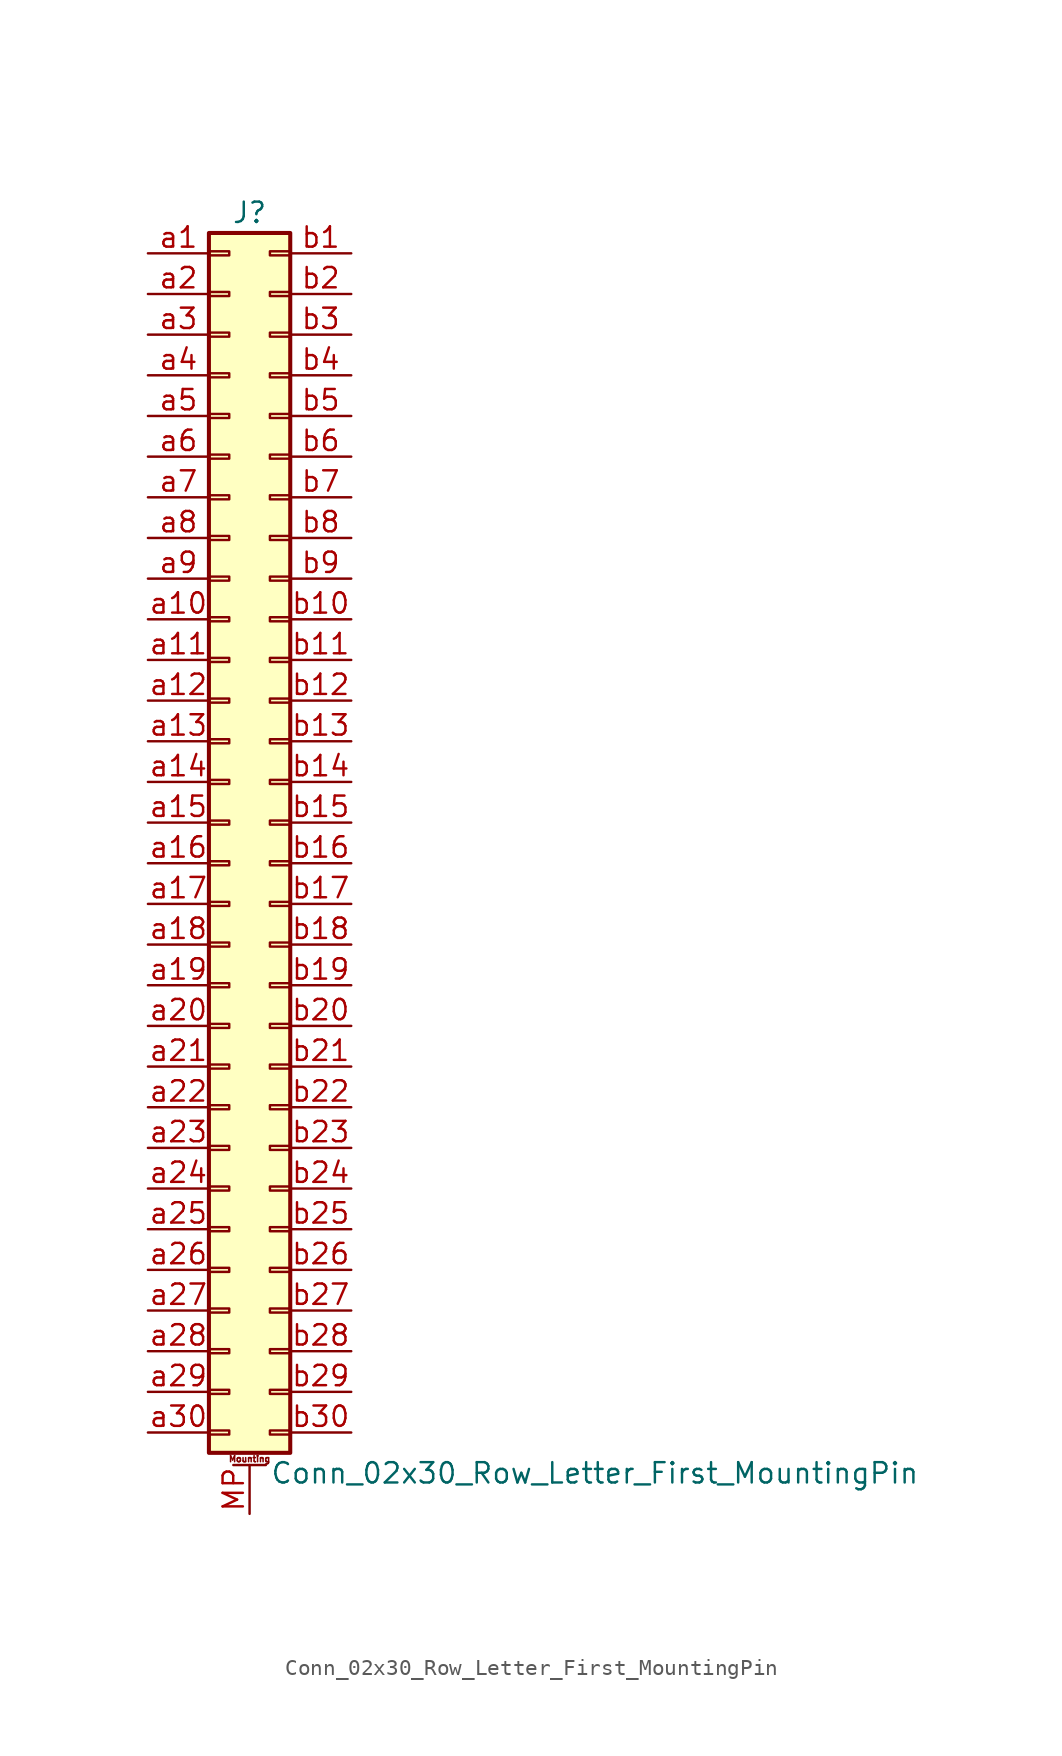
<source format=kicad_sym>
(kicad_symbol_lib
  (version 20201005)
  (generator kicad_symbol_editor)
  (symbol "Conn_02x30_Row_Letter_First_MountingPin"
    (pin_names
      (offset 1.016) hide)
    (property "Reference" "J"
      (at 1.27 38.1 0)
      (effects (font (size 1.27 1.27))))
    (property "Value" "Conn_02x30_Row_Letter_First_MountingPin"
      (at 2.54 -40.64 0)
      (effects (font (size 1.27 1.27)) (justify left)))
    (symbol "Conn_02x30_Row_Letter_First_MountingPin_1_1"
      (text "Mounting" (at 1.27 -39.751 0) (effects (font (size 0.381 0.381))))
      (rectangle (start -1.27 -37.973) (end 0 -38.227) (stroke (width 0.152)) (fill (type none)))
      (rectangle (start -1.27 -35.433) (end 0 -35.687) (stroke (width 0.152)) (fill (type none)))
      (rectangle (start -1.27 -32.893) (end 0 -33.147) (stroke (width 0.152)) (fill (type none)))
      (rectangle (start -1.27 -30.353) (end 0 -30.607) (stroke (width 0.152)) (fill (type none)))
      (rectangle (start -1.27 -27.813) (end 0 -28.067) (stroke (width 0.152)) (fill (type none)))
      (rectangle (start -1.27 -25.273) (end 0 -25.527) (stroke (width 0.152)) (fill (type none)))
      (rectangle (start -1.27 -22.733) (end 0 -22.987) (stroke (width 0.152)) (fill (type none)))
      (rectangle (start -1.27 -20.193) (end 0 -20.447) (stroke (width 0.152)) (fill (type none)))
      (rectangle (start -1.27 -17.653) (end 0 -17.907) (stroke (width 0.152)) (fill (type none)))
      (rectangle (start -1.27 -15.113) (end 0 -15.367) (stroke (width 0.152)) (fill (type none)))
      (rectangle (start -1.27 -12.573) (end 0 -12.827) (stroke (width 0.152)) (fill (type none)))
      (rectangle (start -1.27 -10.033) (end 0 -10.287) (stroke (width 0.152)) (fill (type none)))
      (rectangle (start -1.27 -7.493) (end 0 -7.747) (stroke (width 0.152)) (fill (type none)))
      (rectangle (start -1.27 -4.953) (end 0 -5.207) (stroke (width 0.152)) (fill (type none)))
      (rectangle (start -1.27 -2.413) (end 0 -2.667) (stroke (width 0.152)) (fill (type none)))
      (rectangle (start -1.27 0.127) (end 0 -0.127) (stroke (width 0.152)) (fill (type none)))
      (rectangle (start -1.27 2.667) (end 0 2.413) (stroke (width 0.152)) (fill (type none)))
      (rectangle (start -1.27 5.207) (end 0 4.953) (stroke (width 0.152)) (fill (type none)))
      (rectangle (start -1.27 7.747) (end 0 7.493) (stroke (width 0.152)) (fill (type none)))
      (rectangle (start -1.27 10.287) (end 0 10.033) (stroke (width 0.152)) (fill (type none)))
      (rectangle (start -1.27 12.827) (end 0 12.573) (stroke (width 0.152)) (fill (type none)))
      (rectangle (start -1.27 15.367) (end 0 15.113) (stroke (width 0.152)) (fill (type none)))
      (rectangle (start -1.27 17.907) (end 0 17.653) (stroke (width 0.152)) (fill (type none)))
      (rectangle (start -1.27 20.447) (end 0 20.193) (stroke (width 0.152)) (fill (type none)))
      (rectangle (start -1.27 22.987) (end 0 22.733) (stroke (width 0.152)) (fill (type none)))
      (rectangle (start -1.27 25.527) (end 0 25.273) (stroke (width 0.152)) (fill (type none)))
      (rectangle (start -1.27 28.067) (end 0 27.813) (stroke (width 0.152)) (fill (type none)))
      (rectangle (start -1.27 30.607) (end 0 30.353) (stroke (width 0.152)) (fill (type none)))
      (rectangle (start -1.27 33.147) (end 0 32.893) (stroke (width 0.152)) (fill (type none)))
      (rectangle (start -1.27 35.687) (end 0 35.433) (stroke (width 0.152)) (fill (type none)))
      (rectangle (start 3.81 -37.973) (end 2.54 -38.227) (stroke (width 0.152)) (fill (type none)))
      (rectangle (start 3.81 -35.433) (end 2.54 -35.687) (stroke (width 0.152)) (fill (type none)))
      (rectangle (start 3.81 -32.893) (end 2.54 -33.147) (stroke (width 0.152)) (fill (type none)))
      (rectangle (start 3.81 -30.353) (end 2.54 -30.607) (stroke (width 0.152)) (fill (type none)))
      (rectangle (start 3.81 -27.813) (end 2.54 -28.067) (stroke (width 0.152)) (fill (type none)))
      (rectangle (start 3.81 -25.273) (end 2.54 -25.527) (stroke (width 0.152)) (fill (type none)))
      (rectangle (start 3.81 -22.733) (end 2.54 -22.987) (stroke (width 0.152)) (fill (type none)))
      (rectangle (start 3.81 -20.193) (end 2.54 -20.447) (stroke (width 0.152)) (fill (type none)))
      (rectangle (start 3.81 -17.653) (end 2.54 -17.907) (stroke (width 0.152)) (fill (type none)))
      (rectangle (start 3.81 -15.113) (end 2.54 -15.367) (stroke (width 0.152)) (fill (type none)))
      (rectangle (start 3.81 -12.573) (end 2.54 -12.827) (stroke (width 0.152)) (fill (type none)))
      (rectangle (start 3.81 -10.033) (end 2.54 -10.287) (stroke (width 0.152)) (fill (type none)))
      (rectangle (start 3.81 -7.493) (end 2.54 -7.747) (stroke (width 0.152)) (fill (type none)))
      (rectangle (start 3.81 -4.953) (end 2.54 -5.207) (stroke (width 0.152)) (fill (type none)))
      (rectangle (start 3.81 -2.413) (end 2.54 -2.667) (stroke (width 0.152)) (fill (type none)))
      (rectangle (start 3.81 0.127) (end 2.54 -0.127) (stroke (width 0.152)) (fill (type none)))
      (rectangle (start 3.81 2.667) (end 2.54 2.413) (stroke (width 0.152)) (fill (type none)))
      (rectangle (start 3.81 5.207) (end 2.54 4.953) (stroke (width 0.152)) (fill (type none)))
      (rectangle (start 3.81 7.747) (end 2.54 7.493) (stroke (width 0.152)) (fill (type none)))
      (rectangle (start 3.81 10.287) (end 2.54 10.033) (stroke (width 0.152)) (fill (type none)))
      (rectangle (start 3.81 12.827) (end 2.54 12.573) (stroke (width 0.152)) (fill (type none)))
      (rectangle (start 3.81 15.367) (end 2.54 15.113) (stroke (width 0.152)) (fill (type none)))
      (rectangle (start 3.81 17.907) (end 2.54 17.653) (stroke (width 0.152)) (fill (type none)))
      (rectangle (start 3.81 20.447) (end 2.54 20.193) (stroke (width 0.152)) (fill (type none)))
      (rectangle (start 3.81 22.987) (end 2.54 22.733) (stroke (width 0.152)) (fill (type none)))
      (rectangle (start 3.81 25.527) (end 2.54 25.273) (stroke (width 0.152)) (fill (type none)))
      (rectangle (start 3.81 28.067) (end 2.54 27.813) (stroke (width 0.152)) (fill (type none)))
      (rectangle (start 3.81 30.607) (end 2.54 30.353) (stroke (width 0.152)) (fill (type none)))
      (rectangle (start 3.81 33.147) (end 2.54 32.893) (stroke (width 0.152)) (fill (type none)))
      (rectangle (start 3.81 35.687) (end 2.54 35.433) (stroke (width 0.152)) (fill (type none)))
      (rectangle (start -1.27 36.83) (end 3.81 -39.37) (stroke (width 0.254)) (fill (type background)))
      (polyline (pts (xy 0.254 -40.132) (xy 2.286 -40.132)) (stroke (width 0.152)) (fill (type none)))
      (pin passive line (at 1.27 -43.18 90) (length 3.048) (name "MountPin" (effects (font (size 1.27 1.27)))) (number "MP" (effects (font (size 1.27 1.27)))))
      (pin passive line (at -5.08 35.56 0) (length 3.81) (name "Pin_a1" (effects (font (size 1.27 1.27)))) (number "a1" (effects (font (size 1.27 1.27)))))
      (pin passive line (at -5.08 12.7 0) (length 3.81) (name "Pin_a10" (effects (font (size 1.27 1.27)))) (number "a10" (effects (font (size 1.27 1.27)))))
      (pin passive line (at -5.08 10.16 0) (length 3.81) (name "Pin_a11" (effects (font (size 1.27 1.27)))) (number "a11" (effects (font (size 1.27 1.27)))))
      (pin passive line (at -5.08 7.62 0) (length 3.81) (name "Pin_a12" (effects (font (size 1.27 1.27)))) (number "a12" (effects (font (size 1.27 1.27)))))
      (pin passive line (at -5.08 5.08 0) (length 3.81) (name "Pin_a13" (effects (font (size 1.27 1.27)))) (number "a13" (effects (font (size 1.27 1.27)))))
      (pin passive line (at -5.08 2.54 0) (length 3.81) (name "Pin_a14" (effects (font (size 1.27 1.27)))) (number "a14" (effects (font (size 1.27 1.27)))))
      (pin passive line (at -5.08 0 0) (length 3.81) (name "Pin_a15" (effects (font (size 1.27 1.27)))) (number "a15" (effects (font (size 1.27 1.27)))))
      (pin passive line (at -5.08 -2.54 0) (length 3.81) (name "Pin_a16" (effects (font (size 1.27 1.27)))) (number "a16" (effects (font (size 1.27 1.27)))))
      (pin passive line (at -5.08 -5.08 0) (length 3.81) (name "Pin_a17" (effects (font (size 1.27 1.27)))) (number "a17" (effects (font (size 1.27 1.27)))))
      (pin passive line (at -5.08 -7.62 0) (length 3.81) (name "Pin_a18" (effects (font (size 1.27 1.27)))) (number "a18" (effects (font (size 1.27 1.27)))))
      (pin passive line (at -5.08 -10.16 0) (length 3.81) (name "Pin_a19" (effects (font (size 1.27 1.27)))) (number "a19" (effects (font (size 1.27 1.27)))))
      (pin passive line (at -5.08 33.02 0) (length 3.81) (name "Pin_a2" (effects (font (size 1.27 1.27)))) (number "a2" (effects (font (size 1.27 1.27)))))
      (pin passive line (at -5.08 -12.7 0) (length 3.81) (name "Pin_a20" (effects (font (size 1.27 1.27)))) (number "a20" (effects (font (size 1.27 1.27)))))
      (pin passive line (at -5.08 -15.24 0) (length 3.81) (name "Pin_a21" (effects (font (size 1.27 1.27)))) (number "a21" (effects (font (size 1.27 1.27)))))
      (pin passive line (at -5.08 -17.78 0) (length 3.81) (name "Pin_a22" (effects (font (size 1.27 1.27)))) (number "a22" (effects (font (size 1.27 1.27)))))
      (pin passive line (at -5.08 -20.32 0) (length 3.81) (name "Pin_a23" (effects (font (size 1.27 1.27)))) (number "a23" (effects (font (size 1.27 1.27)))))
      (pin passive line (at -5.08 -22.86 0) (length 3.81) (name "Pin_a24" (effects (font (size 1.27 1.27)))) (number "a24" (effects (font (size 1.27 1.27)))))
      (pin passive line (at -5.08 -25.4 0) (length 3.81) (name "Pin_a25" (effects (font (size 1.27 1.27)))) (number "a25" (effects (font (size 1.27 1.27)))))
      (pin passive line (at -5.08 -27.94 0) (length 3.81) (name "Pin_a26" (effects (font (size 1.27 1.27)))) (number "a26" (effects (font (size 1.27 1.27)))))
      (pin passive line (at -5.08 -30.48 0) (length 3.81) (name "Pin_a27" (effects (font (size 1.27 1.27)))) (number "a27" (effects (font (size 1.27 1.27)))))
      (pin passive line (at -5.08 -33.02 0) (length 3.81) (name "Pin_a28" (effects (font (size 1.27 1.27)))) (number "a28" (effects (font (size 1.27 1.27)))))
      (pin passive line (at -5.08 -35.56 0) (length 3.81) (name "Pin_a29" (effects (font (size 1.27 1.27)))) (number "a29" (effects (font (size 1.27 1.27)))))
      (pin passive line (at -5.08 30.48 0) (length 3.81) (name "Pin_a3" (effects (font (size 1.27 1.27)))) (number "a3" (effects (font (size 1.27 1.27)))))
      (pin passive line (at -5.08 -38.1 0) (length 3.81) (name "Pin_a30" (effects (font (size 1.27 1.27)))) (number "a30" (effects (font (size 1.27 1.27)))))
      (pin passive line (at -5.08 27.94 0) (length 3.81) (name "Pin_a4" (effects (font (size 1.27 1.27)))) (number "a4" (effects (font (size 1.27 1.27)))))
      (pin passive line (at -5.08 25.4 0) (length 3.81) (name "Pin_a5" (effects (font (size 1.27 1.27)))) (number "a5" (effects (font (size 1.27 1.27)))))
      (pin passive line (at -5.08 22.86 0) (length 3.81) (name "Pin_a6" (effects (font (size 1.27 1.27)))) (number "a6" (effects (font (size 1.27 1.27)))))
      (pin passive line (at -5.08 20.32 0) (length 3.81) (name "Pin_a7" (effects (font (size 1.27 1.27)))) (number "a7" (effects (font (size 1.27 1.27)))))
      (pin passive line (at -5.08 17.78 0) (length 3.81) (name "Pin_a8" (effects (font (size 1.27 1.27)))) (number "a8" (effects (font (size 1.27 1.27)))))
      (pin passive line (at -5.08 15.24 0) (length 3.81) (name "Pin_a9" (effects (font (size 1.27 1.27)))) (number "a9" (effects (font (size 1.27 1.27)))))
      (pin passive line (at 7.62 35.56 180) (length 3.81) (name "Pin_b1" (effects (font (size 1.27 1.27)))) (number "b1" (effects (font (size 1.27 1.27)))))
      (pin passive line (at 7.62 12.7 180) (length 3.81) (name "Pin_b10" (effects (font (size 1.27 1.27)))) (number "b10" (effects (font (size 1.27 1.27)))))
      (pin passive line (at 7.62 10.16 180) (length 3.81) (name "Pin_b11" (effects (font (size 1.27 1.27)))) (number "b11" (effects (font (size 1.27 1.27)))))
      (pin passive line (at 7.62 7.62 180) (length 3.81) (name "Pin_b12" (effects (font (size 1.27 1.27)))) (number "b12" (effects (font (size 1.27 1.27)))))
      (pin passive line (at 7.62 5.08 180) (length 3.81) (name "Pin_b13" (effects (font (size 1.27 1.27)))) (number "b13" (effects (font (size 1.27 1.27)))))
      (pin passive line (at 7.62 2.54 180) (length 3.81) (name "Pin_b14" (effects (font (size 1.27 1.27)))) (number "b14" (effects (font (size 1.27 1.27)))))
      (pin passive line (at 7.62 0 180) (length 3.81) (name "Pin_b15" (effects (font (size 1.27 1.27)))) (number "b15" (effects (font (size 1.27 1.27)))))
      (pin passive line (at 7.62 -2.54 180) (length 3.81) (name "Pin_b16" (effects (font (size 1.27 1.27)))) (number "b16" (effects (font (size 1.27 1.27)))))
      (pin passive line (at 7.62 -5.08 180) (length 3.81) (name "Pin_b17" (effects (font (size 1.27 1.27)))) (number "b17" (effects (font (size 1.27 1.27)))))
      (pin passive line (at 7.62 -7.62 180) (length 3.81) (name "Pin_b18" (effects (font (size 1.27 1.27)))) (number "b18" (effects (font (size 1.27 1.27)))))
      (pin passive line (at 7.62 -10.16 180) (length 3.81) (name "Pin_b19" (effects (font (size 1.27 1.27)))) (number "b19" (effects (font (size 1.27 1.27)))))
      (pin passive line (at 7.62 33.02 180) (length 3.81) (name "Pin_b2" (effects (font (size 1.27 1.27)))) (number "b2" (effects (font (size 1.27 1.27)))))
      (pin passive line (at 7.62 -12.7 180) (length 3.81) (name "Pin_b20" (effects (font (size 1.27 1.27)))) (number "b20" (effects (font (size 1.27 1.27)))))
      (pin passive line (at 7.62 -15.24 180) (length 3.81) (name "Pin_b21" (effects (font (size 1.27 1.27)))) (number "b21" (effects (font (size 1.27 1.27)))))
      (pin passive line (at 7.62 -17.78 180) (length 3.81) (name "Pin_b22" (effects (font (size 1.27 1.27)))) (number "b22" (effects (font (size 1.27 1.27)))))
      (pin passive line (at 7.62 -20.32 180) (length 3.81) (name "Pin_b23" (effects (font (size 1.27 1.27)))) (number "b23" (effects (font (size 1.27 1.27)))))
      (pin passive line (at 7.62 -22.86 180) (length 3.81) (name "Pin_b24" (effects (font (size 1.27 1.27)))) (number "b24" (effects (font (size 1.27 1.27)))))
      (pin passive line (at 7.62 -25.4 180) (length 3.81) (name "Pin_b25" (effects (font (size 1.27 1.27)))) (number "b25" (effects (font (size 1.27 1.27)))))
      (pin passive line (at 7.62 -27.94 180) (length 3.81) (name "Pin_b26" (effects (font (size 1.27 1.27)))) (number "b26" (effects (font (size 1.27 1.27)))))
      (pin passive line (at 7.62 -30.48 180) (length 3.81) (name "Pin_b27" (effects (font (size 1.27 1.27)))) (number "b27" (effects (font (size 1.27 1.27)))))
      (pin passive line (at 7.62 -33.02 180) (length 3.81) (name "Pin_b28" (effects (font (size 1.27 1.27)))) (number "b28" (effects (font (size 1.27 1.27)))))
      (pin passive line (at 7.62 -35.56 180) (length 3.81) (name "Pin_b29" (effects (font (size 1.27 1.27)))) (number "b29" (effects (font (size 1.27 1.27)))))
      (pin passive line (at 7.62 30.48 180) (length 3.81) (name "Pin_b3" (effects (font (size 1.27 1.27)))) (number "b3" (effects (font (size 1.27 1.27)))))
      (pin passive line (at 7.62 -38.1 180) (length 3.81) (name "Pin_b30" (effects (font (size 1.27 1.27)))) (number "b30" (effects (font (size 1.27 1.27)))))
      (pin passive line (at 7.62 27.94 180) (length 3.81) (name "Pin_b4" (effects (font (size 1.27 1.27)))) (number "b4" (effects (font (size 1.27 1.27)))))
      (pin passive line (at 7.62 25.4 180) (length 3.81) (name "Pin_b5" (effects (font (size 1.27 1.27)))) (number "b5" (effects (font (size 1.27 1.27)))))
      (pin passive line (at 7.62 22.86 180) (length 3.81) (name "Pin_b6" (effects (font (size 1.27 1.27)))) (number "b6" (effects (font (size 1.27 1.27)))))
      (pin passive line (at 7.62 20.32 180) (length 3.81) (name "Pin_b7" (effects (font (size 1.27 1.27)))) (number "b7" (effects (font (size 1.27 1.27)))))
      (pin passive line (at 7.62 17.78 180) (length 3.81) (name "Pin_b8" (effects (font (size 1.27 1.27)))) (number "b8" (effects (font (size 1.27 1.27)))))
      (pin passive line (at 7.62 15.24 180) (length 3.81) (name "Pin_b9" (effects (font (size 1.27 1.27)))) (number "b9" (effects (font (size 1.27 1.27))))))))
</source>
